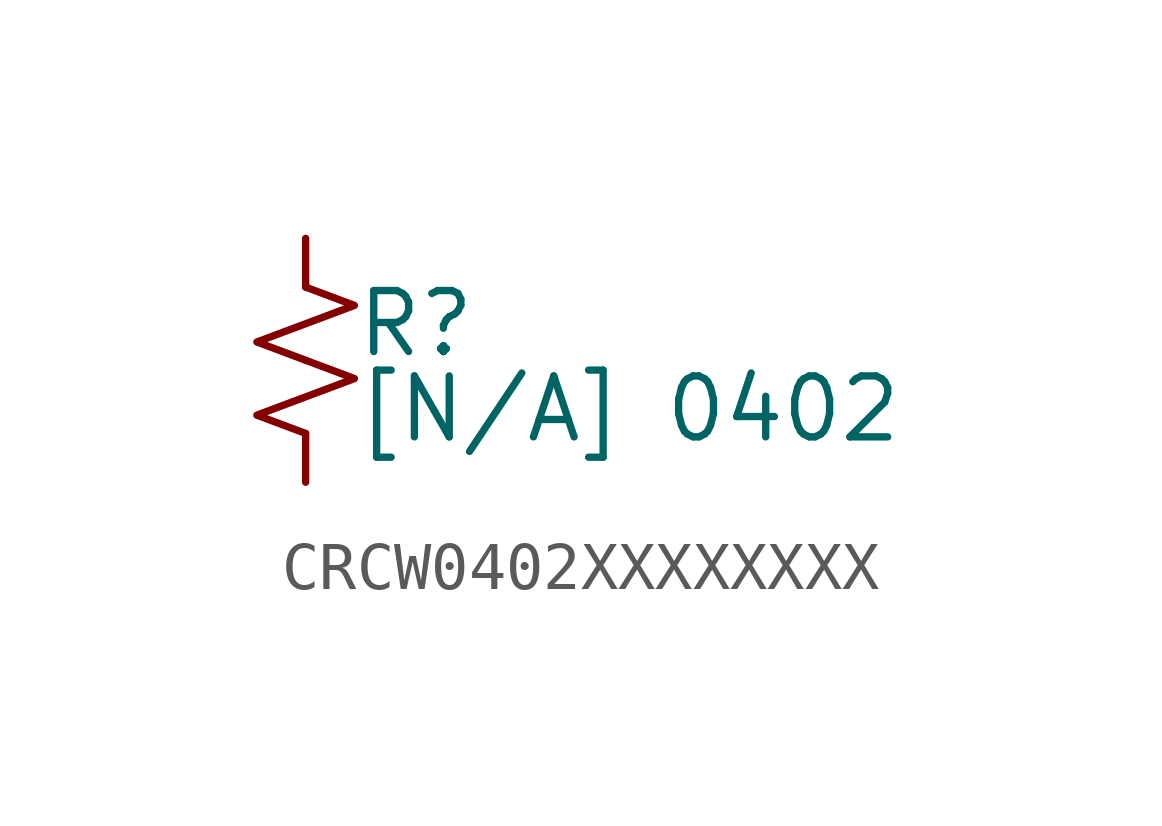
<source format=kicad_sym>
(kicad_symbol_lib
  (version 20241209)
  (generator "kicad_symbol_editor")
  (generator_version "9.0")
  (symbol "CRCW0402XXXXXXXX"
    (pin_numbers
      (hide yes))
    (pin_names
      (offset 0.254)
      (hide yes))
    (property "Reference" "R"
      (at 1.016 0.762 0)
      (effects (font (size 1.27 1.27)) (justify left)))
    (property "Value" "[N/A] 0402"
      (at 1.016 -1.016 0)
      (effects (font (size 1.27 1.27)) (justify left)))
    (symbol "CRCW0402XXXXXXXX_1_1"
      (polyline (pts (xy 0 1.524) (xy 1.016 1.143) (xy 0 0.762) (xy -1.016 0.381) (xy 0 0)) (stroke (width 0) (type default)) (fill (type none)))
      (polyline (pts (xy 0 0) (xy 1.016 -0.381) (xy 0 -0.762) (xy -1.016 -1.143) (xy 0 -1.524)) (stroke (width 0) (type default)) (fill (type none)))
      (pin passive line (at 0 2.54 270) (length 1.016) (name "~" (effects (font (size 1.27 1.27)))) (number "1" (effects (font (size 1.27 1.27)))))
      (pin passive line (at 0 -2.54 90) (length 1.016) (name "~" (effects (font (size 1.27 1.27)))) (number "2" (effects (font (size 1.27 1.27))))))))
</source>
